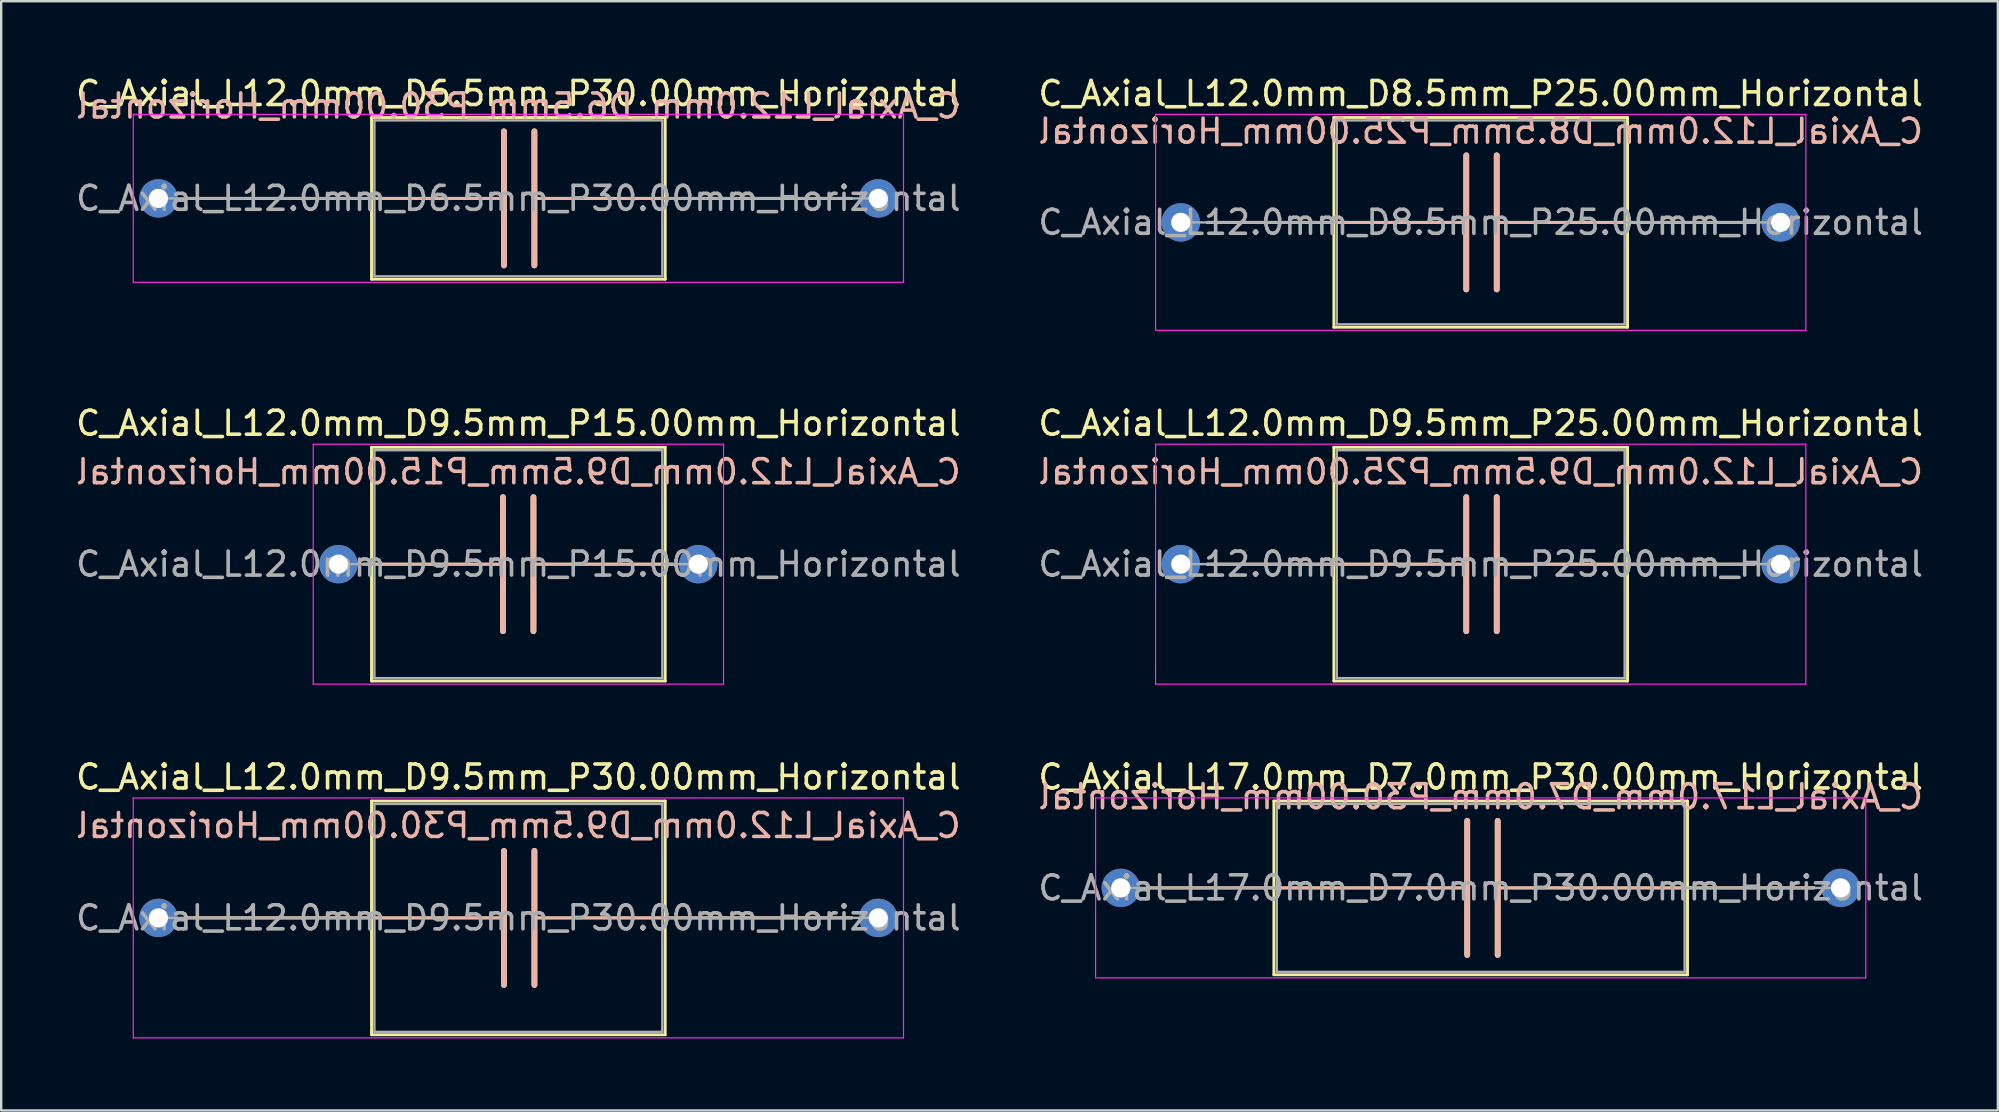
<source format=kicad_pcb>
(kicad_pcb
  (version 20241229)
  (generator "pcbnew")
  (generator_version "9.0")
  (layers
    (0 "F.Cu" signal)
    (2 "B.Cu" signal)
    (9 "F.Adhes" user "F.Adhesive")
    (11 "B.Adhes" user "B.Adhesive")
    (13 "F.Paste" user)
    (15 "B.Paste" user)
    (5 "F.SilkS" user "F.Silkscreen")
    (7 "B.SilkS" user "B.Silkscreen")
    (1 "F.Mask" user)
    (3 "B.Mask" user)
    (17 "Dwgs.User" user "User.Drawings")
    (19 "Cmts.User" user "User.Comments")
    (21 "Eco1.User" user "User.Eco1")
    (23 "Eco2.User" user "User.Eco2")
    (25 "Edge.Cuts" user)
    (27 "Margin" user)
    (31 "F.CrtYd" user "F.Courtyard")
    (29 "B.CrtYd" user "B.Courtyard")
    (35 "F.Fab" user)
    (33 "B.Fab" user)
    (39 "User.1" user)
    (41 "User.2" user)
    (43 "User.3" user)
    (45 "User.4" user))
  (footprint "C_Axial_L12.0mm_D9.5mm_P30.00mm_Horizontal"
    (layer "F.Cu")
    (at 3.554 35.205)
    (property "Reference" "C_Axial_L12.0mm_D9.5mm_P30.00mm_Horizontal" (at 15 -5.87 0) (layer "F.SilkS") (effects (font (size 1 1) (thickness 0.15))))
    (fp_line (start 1.1 0) (end 8.88 0) (stroke (width 0.12) (type solid)) (layer "F.SilkS"))
    (fp_line (start 8.88 -4.87) (end 8.88 4.87) (stroke (width 0.12) (type solid)) (layer "F.SilkS"))
    (fp_line (start 8.88 0) (end 14.398 0) (stroke (width 0.12) (type solid)) (layer "F.SilkS"))
    (fp_line (start 8.88 4.87) (end 21.12 4.87) (stroke (width 0.12) (type solid)) (layer "F.SilkS"))
    (fp_line (start 14.398 -2.794) (end 14.398 2.794) (stroke (width 0.24) (type solid)) (layer "F.SilkS"))
    (fp_line (start 15.668 2.794) (end 15.668 -2.794) (stroke (width 0.24) (type solid)) (layer "F.SilkS"))
    (fp_line (start 21.12 -4.87) (end 8.88 -4.87) (stroke (width 0.12) (type solid)) (layer "F.SilkS"))
    (fp_line (start 21.12 0) (end 15.668 0) (stroke (width 0.12) (type solid)) (layer "F.SilkS"))
    (fp_line (start 21.12 4.87) (end 21.12 -4.87) (stroke (width 0.12) (type solid)) (layer "F.SilkS"))
    (fp_line (start 28.9 0) (end 21.12 0) (stroke (width 0.12) (type solid)) (layer "F.SilkS"))
    (fp_line (start 1.102 0) (end 8.882 0) (stroke (width 0.12) (type solid)) (layer "B.SilkS"))
    (fp_line (start 8.882 0) (end 14.4 0) (stroke (width 0.12) (type solid)) (layer "B.SilkS"))
    (fp_line (start 14.4 2.794) (end 14.4 -2.794) (stroke (width 0.24) (type solid)) (layer "B.SilkS"))
    (fp_line (start 15.67 -2.794) (end 15.67 2.794) (stroke (width 0.24) (type solid)) (layer "B.SilkS"))
    (fp_line (start 21.122 0) (end 15.67 0) (stroke (width 0.12) (type solid)) (layer "B.SilkS"))
    (fp_line (start 28.902 0) (end 21.122 0) (stroke (width 0.12) (type solid)) (layer "B.SilkS"))
    (fp_line (start -1.05 -5) (end -1.05 5) (stroke (width 0.05) (type solid)) (layer "F.CrtYd"))
    (fp_line (start -1.05 5) (end 31.05 5) (stroke (width 0.05) (type solid)) (layer "F.CrtYd"))
    (fp_line (start 31.05 -5) (end -1.05 -5) (stroke (width 0.05) (type solid)) (layer "F.CrtYd"))
    (fp_line (start 31.05 5) (end 31.05 -5) (stroke (width 0.05) (type solid)) (layer "F.CrtYd"))
    (fp_line (start 0 0) (end 9 0) (stroke (width 0.1) (type solid)) (layer "F.Fab"))
    (fp_line (start 9 -4.75) (end 9 4.75) (stroke (width 0.1) (type solid)) (layer "F.Fab"))
    (fp_line (start 9 4.75) (end 21 4.75) (stroke (width 0.1) (type solid)) (layer "F.Fab"))
    (fp_line (start 21 -4.75) (end 9 -4.75) (stroke (width 0.1) (type solid)) (layer "F.Fab"))
    (fp_line (start 21 4.75) (end 21 -4.75) (stroke (width 0.1) (type solid)) (layer "F.Fab"))
    (fp_line (start 30 0) (end 21 0) (stroke (width 0.1) (type solid)) (layer "F.Fab"))
    (fp_text user "${REFERENCE}" (at 15 -3.85 0) (layer "B.SilkS") (effects (font (size 1 1) (thickness 0.15)) (justify mirror)))
    (fp_text user "${REFERENCE}" (at 15 0 0) (layer "F.Fab") (effects (font (size 1 1) (thickness 0.15))))
    (pad "1" thru_hole circle (at 0 0) (size 1.6 1.6) (drill 0.8) (layers "*.Cu" "*.Mask"))
    (pad "2" thru_hole oval (at 30 0) (size 1.6 1.6) (drill 0.8) (layers "*.Cu" "*.Mask")))
  (footprint "C_Axial_L12.0mm_D9.5mm_P25.00mm_Horizontal"
    (layer "F.Cu")
    (at 46.161 20.462)
    (property "Reference" "C_Axial_L12.0mm_D9.5mm_P25.00mm_Horizontal" (at 12.5 -5.87 0) (layer "F.SilkS") (effects (font (size 1 1) (thickness 0.15))))
    (fp_line (start 1.1 0) (end 6.38 0) (stroke (width 0.12) (type solid)) (layer "F.SilkS"))
    (fp_line (start 6.38 -4.87) (end 6.38 4.87) (stroke (width 0.12) (type solid)) (layer "F.SilkS"))
    (fp_line (start 6.38 0) (end 11.898 0) (stroke (width 0.12) (type solid)) (layer "F.SilkS"))
    (fp_line (start 6.38 4.87) (end 18.62 4.87) (stroke (width 0.12) (type solid)) (layer "F.SilkS"))
    (fp_line (start 11.898 -2.794) (end 11.898 2.794) (stroke (width 0.24) (type solid)) (layer "F.SilkS"))
    (fp_line (start 13.168 2.794) (end 13.168 -2.794) (stroke (width 0.24) (type solid)) (layer "F.SilkS"))
    (fp_line (start 18.62 -4.87) (end 6.38 -4.87) (stroke (width 0.12) (type solid)) (layer "F.SilkS"))
    (fp_line (start 18.62 0) (end 13.168 0) (stroke (width 0.12) (type solid)) (layer "F.SilkS"))
    (fp_line (start 18.62 4.87) (end 18.62 -4.87) (stroke (width 0.12) (type solid)) (layer "F.SilkS"))
    (fp_line (start 23.9 0) (end 18.62 0) (stroke (width 0.12) (type solid)) (layer "F.SilkS"))
    (fp_line (start 1.1 0) (end 6.38 0) (stroke (width 0.12) (type solid)) (layer "B.SilkS"))
    (fp_line (start 6.38 0) (end 11.898 0) (stroke (width 0.12) (type solid)) (layer "B.SilkS"))
    (fp_line (start 11.898 2.794) (end 11.898 -2.794) (stroke (width 0.24) (type solid)) (layer "B.SilkS"))
    (fp_line (start 13.168 -2.794) (end 13.168 2.794) (stroke (width 0.24) (type solid)) (layer "B.SilkS"))
    (fp_line (start 18.62 0) (end 13.168 0) (stroke (width 0.12) (type solid)) (layer "B.SilkS"))
    (fp_line (start 23.9 0) (end 18.62 0) (stroke (width 0.12) (type solid)) (layer "B.SilkS"))
    (fp_line (start -1.05 -5) (end -1.05 5) (stroke (width 0.05) (type solid)) (layer "F.CrtYd"))
    (fp_line (start -1.05 5) (end 26.05 5) (stroke (width 0.05) (type solid)) (layer "F.CrtYd"))
    (fp_line (start 26.05 -5) (end -1.05 -5) (stroke (width 0.05) (type solid)) (layer "F.CrtYd"))
    (fp_line (start 26.05 5) (end 26.05 -5) (stroke (width 0.05) (type solid)) (layer "F.CrtYd"))
    (fp_line (start 0 0) (end 6.5 0) (stroke (width 0.1) (type solid)) (layer "F.Fab"))
    (fp_line (start 6.5 -4.75) (end 6.5 4.75) (stroke (width 0.1) (type solid)) (layer "F.Fab"))
    (fp_line (start 6.5 4.75) (end 18.5 4.75) (stroke (width 0.1) (type solid)) (layer "F.Fab"))
    (fp_line (start 18.5 -4.75) (end 6.5 -4.75) (stroke (width 0.1) (type solid)) (layer "F.Fab"))
    (fp_line (start 18.5 4.75) (end 18.5 -4.75) (stroke (width 0.1) (type solid)) (layer "F.Fab"))
    (fp_line (start 25 0) (end 18.5 0) (stroke (width 0.1) (type solid)) (layer "F.Fab"))
    (fp_text user "${REFERENCE}" (at 12.5 -3.85 0) (layer "B.SilkS") (effects (font (size 1 1) (thickness 0.15)) (justify mirror)))
    (fp_text user "${REFERENCE}" (at 12.5 0 0) (layer "F.Fab") (effects (font (size 1 1) (thickness 0.15))))
    (pad "1" thru_hole circle (at 0 0) (size 1.6 1.6) (drill 0.8) (layers "*.Cu" "*.Mask"))
    (pad "2" thru_hole oval (at 25 0) (size 1.6 1.6) (drill 0.8) (layers "*.Cu" "*.Mask")))
  (footprint "C_Axial_L12.0mm_D9.5mm_P15.00mm_Horizontal"
    (layer "F.Cu")
    (at 11.054 20.462)
    (property "Reference" "C_Axial_L12.0mm_D9.5mm_P15.00mm_Horizontal" (at 7.5 -5.87 0) (layer "F.SilkS") (effects (font (size 1 1) (thickness 0.15))))
    (fp_line (start 1.04 0) (end 1.38 0) (stroke (width 0.12) (type solid)) (layer "F.SilkS"))
    (fp_line (start 1.38 -4.87) (end 1.38 4.87) (stroke (width 0.12) (type solid)) (layer "F.SilkS"))
    (fp_line (start 1.38 0) (end 6.858 0) (stroke (width 0.12) (type solid)) (layer "F.SilkS"))
    (fp_line (start 1.38 4.87) (end 13.62 4.87) (stroke (width 0.12) (type solid)) (layer "F.SilkS"))
    (fp_line (start 6.858 -2.794) (end 6.858 2.794) (stroke (width 0.24) (type solid)) (layer "F.SilkS"))
    (fp_line (start 8.128 2.794) (end 8.128 -2.794) (stroke (width 0.24) (type solid)) (layer "F.SilkS"))
    (fp_line (start 13.62 -4.87) (end 1.38 -4.87) (stroke (width 0.12) (type solid)) (layer "F.SilkS"))
    (fp_line (start 13.62 0) (end 8.128 0) (stroke (width 0.12) (type solid)) (layer "F.SilkS"))
    (fp_line (start 13.62 4.87) (end 13.62 -4.87) (stroke (width 0.12) (type solid)) (layer "F.SilkS"))
    (fp_line (start 13.96 0) (end 13.62 0) (stroke (width 0.12) (type solid)) (layer "F.SilkS"))
    (fp_line (start 1.04 0) (end 1.38 0) (stroke (width 0.12) (type solid)) (layer "B.SilkS"))
    (fp_line (start 1.38 0) (end 6.858 0) (stroke (width 0.12) (type solid)) (layer "B.SilkS"))
    (fp_line (start 6.858 2.794) (end 6.858 -2.794) (stroke (width 0.24) (type solid)) (layer "B.SilkS"))
    (fp_line (start 8.128 -2.794) (end 8.128 2.794) (stroke (width 0.24) (type solid)) (layer "B.SilkS"))
    (fp_line (start 13.62 0) (end 8.128 0) (stroke (width 0.12) (type solid)) (layer "B.SilkS"))
    (fp_line (start 13.96 0) (end 13.62 0) (stroke (width 0.12) (type solid)) (layer "B.SilkS"))
    (fp_line (start -1.05 -5) (end -1.05 5) (stroke (width 0.05) (type solid)) (layer "F.CrtYd"))
    (fp_line (start -1.05 5) (end 16.05 5) (stroke (width 0.05) (type solid)) (layer "F.CrtYd"))
    (fp_line (start 16.05 -5) (end -1.05 -5) (stroke (width 0.05) (type solid)) (layer "F.CrtYd"))
    (fp_line (start 16.05 5) (end 16.05 -5) (stroke (width 0.05) (type solid)) (layer "F.CrtYd"))
    (fp_line (start 0 0) (end 1.5 0) (stroke (width 0.1) (type solid)) (layer "F.Fab"))
    (fp_line (start 1.5 -4.75) (end 1.5 4.75) (stroke (width 0.1) (type solid)) (layer "F.Fab"))
    (fp_line (start 1.5 4.75) (end 13.5 4.75) (stroke (width 0.1) (type solid)) (layer "F.Fab"))
    (fp_line (start 13.5 -4.75) (end 1.5 -4.75) (stroke (width 0.1) (type solid)) (layer "F.Fab"))
    (fp_line (start 13.5 4.75) (end 13.5 -4.75) (stroke (width 0.1) (type solid)) (layer "F.Fab"))
    (fp_line (start 15 0) (end 13.5 0) (stroke (width 0.1) (type solid)) (layer "F.Fab"))
    (fp_text user "${REFERENCE}" (at 7.5 -3.85 0) (layer "B.SilkS") (effects (font (size 1 1) (thickness 0.15)) (justify mirror)))
    (fp_text user "${REFERENCE}" (at 7.5 0 0) (layer "F.Fab") (effects (font (size 1 1) (thickness 0.15))))
    (pad "1" thru_hole circle (at 0 0) (size 1.6 1.6) (drill 0.8) (layers "*.Cu" "*.Mask"))
    (pad "2" thru_hole oval (at 15 0) (size 1.6 1.6) (drill 0.8) (layers "*.Cu" "*.Mask")))
  (footprint "C_Axial_L17.0mm_D7.0mm_P30.00mm_Horizontal"
    (layer "F.Cu")
    (at 43.661 33.955)
    (property "Reference" "C_Axial_L17.0mm_D7.0mm_P30.00mm_Horizontal" (at 15 -4.62 0) (layer "F.SilkS") (effects (font (size 1 1) (thickness 0.15))))
    (fp_line (start 1.1 0) (end 6.38 0) (stroke (width 0.12) (type solid)) (layer "F.SilkS"))
    (fp_line (start 6.38 -3.62) (end 6.38 3.62) (stroke (width 0.12) (type solid)) (layer "F.SilkS"))
    (fp_line (start 6.38 0) (end 14.438 0) (stroke (width 0.12) (type solid)) (layer "F.SilkS"))
    (fp_line (start 6.38 3.62) (end 23.62 3.62) (stroke (width 0.12) (type solid)) (layer "F.SilkS"))
    (fp_line (start 14.438 -2.794) (end 14.438 2.794) (stroke (width 0.24) (type solid)) (layer "F.SilkS"))
    (fp_line (start 15.708 2.794) (end 15.708 -2.794) (stroke (width 0.24) (type solid)) (layer "F.SilkS"))
    (fp_line (start 23.62 -3.62) (end 6.38 -3.62) (stroke (width 0.12) (type solid)) (layer "F.SilkS"))
    (fp_line (start 23.62 3.62) (end 23.62 -3.62) (stroke (width 0.12) (type solid)) (layer "F.SilkS"))
    (fp_line (start 23.622 0) (end 15.708 0) (stroke (width 0.12) (type solid)) (layer "F.SilkS"))
    (fp_line (start 28.9 0) (end 23.62 0) (stroke (width 0.12) (type solid)) (layer "F.SilkS"))
    (fp_line (start 1.1 0) (end 6.38 0) (stroke (width 0.12) (type solid)) (layer "B.SilkS"))
    (fp_line (start 6.38 0) (end 14.438 0) (stroke (width 0.12) (type solid)) (layer "B.SilkS"))
    (fp_line (start 14.438 2.794) (end 14.438 -2.794) (stroke (width 0.24) (type solid)) (layer "B.SilkS"))
    (fp_line (start 15.708 -2.794) (end 15.708 2.794) (stroke (width 0.24) (type solid)) (layer "B.SilkS"))
    (fp_line (start 23.622 0) (end 15.708 0) (stroke (width 0.12) (type solid)) (layer "B.SilkS"))
    (fp_line (start 28.9 0) (end 23.62 0) (stroke (width 0.12) (type solid)) (layer "B.SilkS"))
    (fp_line (start -1.05 -3.75) (end -1.05 3.75) (stroke (width 0.05) (type solid)) (layer "F.CrtYd"))
    (fp_line (start -1.05 3.75) (end 31.05 3.75) (stroke (width 0.05) (type solid)) (layer "F.CrtYd"))
    (fp_line (start 31.05 -3.75) (end -1.05 -3.75) (stroke (width 0.05) (type solid)) (layer "F.CrtYd"))
    (fp_line (start 31.05 3.75) (end 31.05 -3.75) (stroke (width 0.05) (type solid)) (layer "F.CrtYd"))
    (fp_line (start 0 0) (end 6.5 0) (stroke (width 0.1) (type solid)) (layer "F.Fab"))
    (fp_line (start 6.5 -3.5) (end 6.5 3.5) (stroke (width 0.1) (type solid)) (layer "F.Fab"))
    (fp_line (start 6.5 3.5) (end 23.5 3.5) (stroke (width 0.1) (type solid)) (layer "F.Fab"))
    (fp_line (start 23.5 -3.5) (end 6.5 -3.5) (stroke (width 0.1) (type solid)) (layer "F.Fab"))
    (fp_line (start 23.5 3.5) (end 23.5 -3.5) (stroke (width 0.1) (type solid)) (layer "F.Fab"))
    (fp_line (start 30 0) (end 23.5 0) (stroke (width 0.1) (type solid)) (layer "F.Fab"))
    (fp_text user "${REFERENCE}" (at 15 -3.8 0) (layer "B.SilkS") (effects (font (size 1 1) (thickness 0.15)) (justify mirror)))
    (fp_text user "${REFERENCE}" (at 15 0 0) (layer "F.Fab") (effects (font (size 1 1) (thickness 0.15))))
    (pad "1" thru_hole circle (at 0 0) (size 1.6 1.6) (drill 0.8) (layers "*.Cu" "*.Mask"))
    (pad "2" thru_hole oval (at 30 0) (size 1.6 1.6) (drill 0.8) (layers "*.Cu" "*.Mask")))
  (footprint "C_Axial_L12.0mm_D8.5mm_P25.00mm_Horizontal"
    (layer "F.Cu")
    (at 46.161 6.218)
    (property "Reference" "C_Axial_L12.0mm_D8.5mm_P25.00mm_Horizontal" (at 12.5 -5.37 0) (layer "F.SilkS") (effects (font (size 1 1) (thickness 0.15))))
    (fp_line (start 1.1 0) (end 6.38 0) (stroke (width 0.12) (type solid)) (layer "F.SilkS"))
    (fp_line (start 6.38 -4.37) (end 6.38 4.37) (stroke (width 0.12) (type solid)) (layer "F.SilkS"))
    (fp_line (start 6.38 0) (end 11.898 0) (stroke (width 0.12) (type solid)) (layer "F.SilkS"))
    (fp_line (start 6.38 4.37) (end 18.62 4.37) (stroke (width 0.12) (type solid)) (layer "F.SilkS"))
    (fp_line (start 11.898 -2.794) (end 11.898 2.794) (stroke (width 0.24) (type solid)) (layer "F.SilkS"))
    (fp_line (start 13.168 2.794) (end 13.168 -2.794) (stroke (width 0.24) (type solid)) (layer "F.SilkS"))
    (fp_line (start 18.62 -4.37) (end 6.38 -4.37) (stroke (width 0.12) (type solid)) (layer "F.SilkS"))
    (fp_line (start 18.62 0) (end 13.168 0) (stroke (width 0.12) (type solid)) (layer "F.SilkS"))
    (fp_line (start 18.62 4.37) (end 18.62 -4.37) (stroke (width 0.12) (type solid)) (layer "F.SilkS"))
    (fp_line (start 23.9 0) (end 18.62 0) (stroke (width 0.12) (type solid)) (layer "F.SilkS"))
    (fp_line (start 1.1 0) (end 6.38 0) (stroke (width 0.12) (type solid)) (layer "B.SilkS"))
    (fp_line (start 6.38 0) (end 11.898 0) (stroke (width 0.12) (type solid)) (layer "B.SilkS"))
    (fp_line (start 11.898 2.794) (end 11.898 -2.794) (stroke (width 0.24) (type solid)) (layer "B.SilkS"))
    (fp_line (start 13.168 -2.794) (end 13.168 2.794) (stroke (width 0.24) (type solid)) (layer "B.SilkS"))
    (fp_line (start 18.62 0) (end 13.168 0) (stroke (width 0.12) (type solid)) (layer "B.SilkS"))
    (fp_line (start 23.9 0) (end 18.62 0) (stroke (width 0.12) (type solid)) (layer "B.SilkS"))
    (fp_line (start -1.05 -4.5) (end -1.05 4.5) (stroke (width 0.05) (type solid)) (layer "F.CrtYd"))
    (fp_line (start -1.05 4.5) (end 26.05 4.5) (stroke (width 0.05) (type solid)) (layer "F.CrtYd"))
    (fp_line (start 26.05 -4.5) (end -1.05 -4.5) (stroke (width 0.05) (type solid)) (layer "F.CrtYd"))
    (fp_line (start 26.05 4.5) (end 26.05 -4.5) (stroke (width 0.05) (type solid)) (layer "F.CrtYd"))
    (fp_line (start 0.1 0) (end 6.5 0) (stroke (width 0.1) (type solid)) (layer "F.Fab"))
    (fp_line (start 6.5 -4.25) (end 6.5 4.25) (stroke (width 0.1) (type solid)) (layer "F.Fab"))
    (fp_line (start 6.5 4.25) (end 18.5 4.25) (stroke (width 0.1) (type solid)) (layer "F.Fab"))
    (fp_line (start 18.5 -4.25) (end 6.5 -4.25) (stroke (width 0.1) (type solid)) (layer "F.Fab"))
    (fp_line (start 18.5 4.25) (end 18.5 -4.25) (stroke (width 0.1) (type solid)) (layer "F.Fab"))
    (fp_line (start 25 0) (end 18.5 0) (stroke (width 0.1) (type solid)) (layer "F.Fab"))
    (fp_text user "${REFERENCE}" (at 12.5 -3.8 0) (layer "B.SilkS") (effects (font (size 1 1) (thickness 0.15)) (justify mirror)))
    (fp_text user "${REFERENCE}" (at 12.5 0 0) (layer "F.Fab") (effects (font (size 1 1) (thickness 0.15))))
    (pad "1" thru_hole circle (at 0 0) (size 1.6 1.6) (drill 0.8) (layers "*.Cu" "*.Mask"))
    (pad "2" thru_hole oval (at 25 0) (size 1.6 1.6) (drill 0.8) (layers "*.Cu" "*.Mask")))
  (footprint "C_Axial_L12.0mm_D6.5mm_P30.00mm_Horizontal"
    (layer "F.Cu")
    (at 3.554 5.218)
    (property "Reference" "C_Axial_L12.0mm_D6.5mm_P30.00mm_Horizontal" (at 15 -4.37 0) (layer "F.SilkS") (effects (font (size 1 1) (thickness 0.15))))
    (fp_line (start 1.1 0) (end 8.88 0) (stroke (width 0.12) (type solid)) (layer "F.SilkS"))
    (fp_line (start 8.88 -3.37) (end 8.88 3.37) (stroke (width 0.12) (type solid)) (layer "F.SilkS"))
    (fp_line (start 8.88 0) (end 14.398 0) (stroke (width 0.12) (type solid)) (layer "F.SilkS"))
    (fp_line (start 8.88 3.37) (end 21.12 3.37) (stroke (width 0.12) (type solid)) (layer "F.SilkS"))
    (fp_line (start 14.398 -2.794) (end 14.398 2.794) (stroke (width 0.24) (type solid)) (layer "F.SilkS"))
    (fp_line (start 15.668 2.794) (end 15.668 -2.794) (stroke (width 0.24) (type solid)) (layer "F.SilkS"))
    (fp_line (start 21.12 -3.37) (end 8.88 -3.37) (stroke (width 0.12) (type solid)) (layer "F.SilkS"))
    (fp_line (start 21.12 0) (end 15.668 0) (stroke (width 0.12) (type solid)) (layer "F.SilkS"))
    (fp_line (start 21.12 3.37) (end 21.12 -3.37) (stroke (width 0.12) (type solid)) (layer "F.SilkS"))
    (fp_line (start 28.9 0) (end 21.12 0) (stroke (width 0.12) (type solid)) (layer "F.SilkS"))
    (fp_line (start 1.1 0) (end 8.88 0) (stroke (width 0.12) (type solid)) (layer "B.SilkS"))
    (fp_line (start 8.88 0) (end 14.398 0) (stroke (width 0.12) (type solid)) (layer "B.SilkS"))
    (fp_line (start 14.398 2.794) (end 14.398 -2.794) (stroke (width 0.24) (type solid)) (layer "B.SilkS"))
    (fp_line (start 15.668 -2.794) (end 15.668 2.794) (stroke (width 0.24) (type solid)) (layer "B.SilkS"))
    (fp_line (start 21.12 0) (end 15.668 0) (stroke (width 0.12) (type solid)) (layer "B.SilkS"))
    (fp_line (start 28.9 0) (end 21.12 0) (stroke (width 0.12) (type solid)) (layer "B.SilkS"))
    (fp_line (start -1.05 -3.5) (end -1.05 3.5) (stroke (width 0.05) (type solid)) (layer "F.CrtYd"))
    (fp_line (start -1.05 3.5) (end 31.05 3.5) (stroke (width 0.05) (type solid)) (layer "F.CrtYd"))
    (fp_line (start 31.05 -3.5) (end -1.05 -3.5) (stroke (width 0.05) (type solid)) (layer "F.CrtYd"))
    (fp_line (start 31.05 3.5) (end 31.05 -3.5) (stroke (width 0.05) (type solid)) (layer "F.CrtYd"))
    (fp_line (start 0 0) (end 9 0) (stroke (width 0.1) (type solid)) (layer "F.Fab"))
    (fp_line (start 9 -3.25) (end 9 3.25) (stroke (width 0.1) (type solid)) (layer "F.Fab"))
    (fp_line (start 9 3.25) (end 21 3.25) (stroke (width 0.1) (type solid)) (layer "F.Fab"))
    (fp_line (start 21 -3.25) (end 9 -3.25) (stroke (width 0.1) (type solid)) (layer "F.Fab"))
    (fp_line (start 21 3.25) (end 21 -3.25) (stroke (width 0.1) (type solid)) (layer "F.Fab"))
    (fp_line (start 30 0) (end 21 0) (stroke (width 0.1) (type solid)) (layer "F.Fab"))
    (fp_text user "${REFERENCE}" (at 15 -3.85 0) (layer "B.SilkS") (effects (font (size 1 1) (thickness 0.15)) (justify mirror)))
    (fp_text user "${REFERENCE}" (at 15 0 0) (layer "F.Fab") (effects (font (size 1 1) (thickness 0.15))))
    (pad "1" thru_hole circle (at 0 0) (size 1.6 1.6) (drill 0.8) (layers "*.Cu" "*.Mask"))
    (pad "2" thru_hole oval (at 30 0) (size 1.6 1.6) (drill 0.8) (layers "*.Cu" "*.Mask")))
  (gr_rect
    (start -3 -3)
    (end 80.214 43.23)
    (stroke (width 0.1) (type default))
    (fill no)
    (layer "Edge.Cuts")))
</source>
